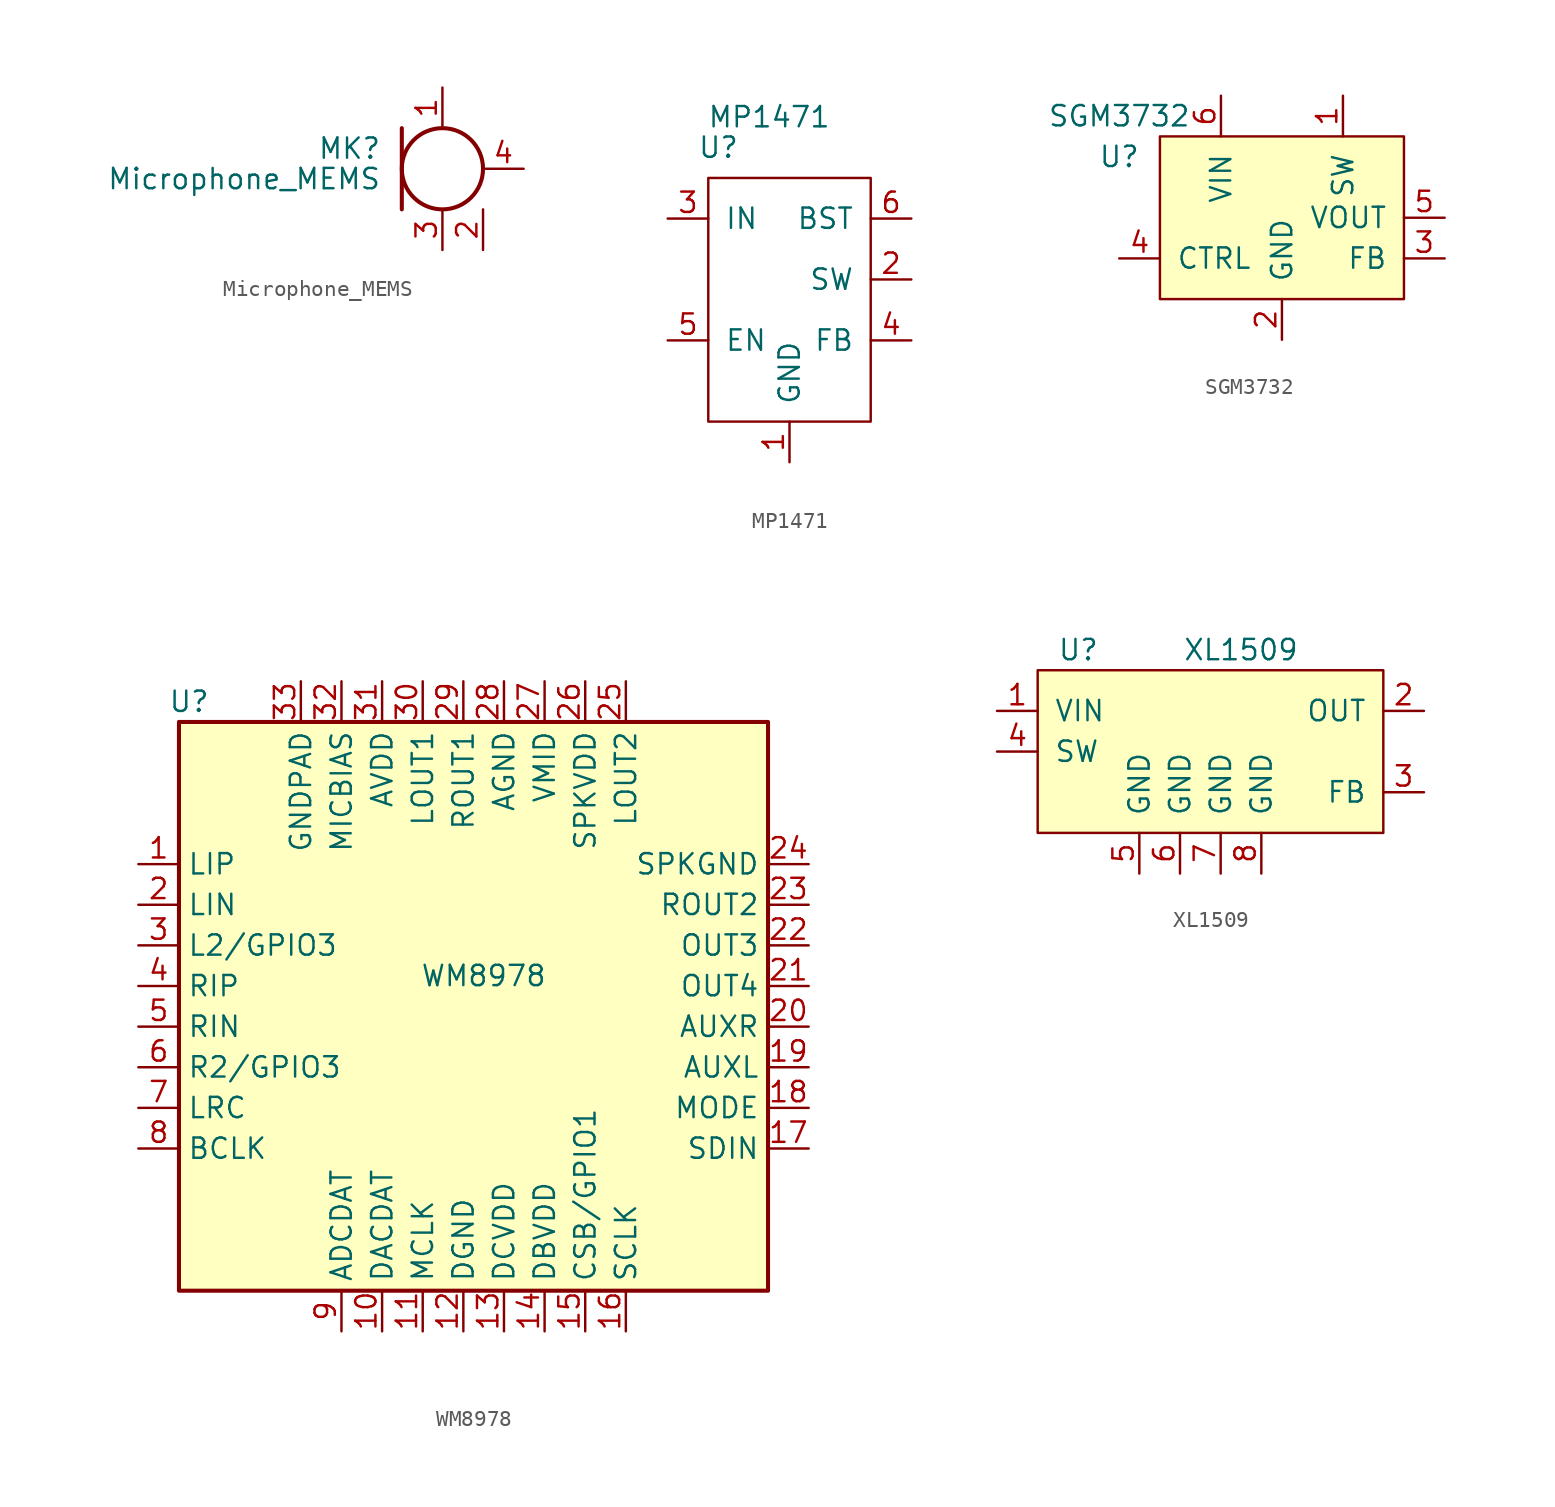
<source format=kicad_sym>
(kicad_symbol_lib
  (version 20211014)
  (generator kicad_symbol_editor)
  (symbol "Microphone_MEMS"
    (pin_names
      (offset 0.025) hide)
    (property "Reference" "MK"
      (at -3.81 1.27 0)
      (effects (font (size 1.27 1.27)) (justify right)))
    (property "Value" "Microphone_MEMS"
      (at -3.81 -0.635 0)
      (effects (font (size 1.27 1.27)) (justify right)))
    (symbol "Microphone_MEMS_0_1"
      (polyline (pts (xy -2.54 2.54) (xy -2.54 -2.54)) (stroke (width 0.254) (type default) (color 0 0 0 0)) (fill (type none)))
      (circle (center 0 0) (radius 2.54) (stroke (width 0.254) (type default) (color 0 0 0 0)) (fill (type none))))
    (symbol "Microphone_MEMS_1_1"
      (pin power_in line (at 0 5.08 270) (length 2.54) (name "VDD" (effects (font (size 1.27 1.27)))) (number "1" (effects (font (size 1.27 1.27)))))
      (pin power_in line (at 2.54 -5.08 90) (length 2.54) (name "GND" (effects (font (size 1.27 1.27)))) (number "2" (effects (font (size 1.27 1.27)))))
      (pin power_in line (at 0 -5.08 90) (length 2.54) (name "GND" (effects (font (size 1.27 1.27)))) (number "3" (effects (font (size 1.27 1.27)))))
      (pin output line (at 5.08 0 180) (length 2.54) (name "OUT" (effects (font (size 1.27 1.27)))) (number "4" (effects (font (size 1.27 1.27)))))))
  (symbol "MP1471"
    (pin_names
      (offset 1.016))
    (property "Reference" "U"
      (at -4.445 9.525 0)
      (effects (font (size 1.27 1.27))))
    (property "Value" "MP1471"
      (at -1.27 11.43 0)
      (effects (font (size 1.27 1.27))))
    (symbol "MP1471_0_1"
      (rectangle (start -5.08 7.62) (end 5.08 -7.62) (stroke (width 0) (type default) (color 0 0 0 0)) (fill (type none))))
    (symbol "MP1471_1_1"
      (pin power_in line (at 0 -10.16 90) (length 2.54) (name "GND" (effects (font (size 1.27 1.27)))) (number "1" (effects (font (size 1.27 1.27)))))
      (pin power_out line (at 7.62 1.27 180) (length 2.54) (name "SW" (effects (font (size 1.27 1.27)))) (number "2" (effects (font (size 1.27 1.27)))))
      (pin power_in line (at -7.62 5.08 0) (length 2.54) (name "IN" (effects (font (size 1.27 1.27)))) (number "3" (effects (font (size 1.27 1.27)))))
      (pin input line (at 7.62 -2.54 180) (length 2.54) (name "FB" (effects (font (size 1.27 1.27)))) (number "4" (effects (font (size 1.27 1.27)))))
      (pin input line (at -7.62 -2.54 0) (length 2.54) (name "EN" (effects (font (size 1.27 1.27)))) (number "5" (effects (font (size 1.27 1.27)))))
      (pin passive line (at 7.62 5.08 180) (length 2.54) (name "BST" (effects (font (size 1.27 1.27)))) (number "6" (effects (font (size 1.27 1.27)))))))
  (symbol "SGM3732"
    (pin_names
      (offset 1.016))
    (property "Reference" "U"
      (at -10.16 3.81 0)
      (effects (font (size 1.27 1.27))))
    (property "Value" "SGM3732"
      (at -10.16 6.35 0)
      (effects (font (size 1.27 1.27))))
    (symbol "SGM3732_0_1"
      (rectangle (start -7.62 -5.08) (end 7.62 5.08) (stroke (width 0) (type default) (color 0 0 0 0)) (fill (type background))))
    (symbol "SGM3732_1_1"
      (pin bidirectional line (at 3.81 7.62 270) (length 2.54) (name "SW" (effects (font (size 1.27 1.27)))) (number "1" (effects (font (size 1.27 1.27)))))
      (pin power_in line (at 0 -7.62 90) (length 2.54) (name "GND" (effects (font (size 1.27 1.27)))) (number "2" (effects (font (size 1.27 1.27)))))
      (pin input line (at 10.16 -2.54 180) (length 2.54) (name "FB" (effects (font (size 1.27 1.27)))) (number "3" (effects (font (size 1.27 1.27)))))
      (pin input line (at -10.16 -2.54 0) (length 2.54) (name "CTRL" (effects (font (size 1.27 1.27)))) (number "4" (effects (font (size 1.27 1.27)))))
      (pin output line (at 10.16 0 180) (length 2.54) (name "VOUT" (effects (font (size 1.27 1.27)))) (number "5" (effects (font (size 1.27 1.27)))))
      (pin power_in line (at -3.81 7.62 270) (length 2.54) (name "VIN" (effects (font (size 1.27 1.27)))) (number "6" (effects (font (size 1.27 1.27)))))))
  (symbol "WM8978"
    (property "Reference" "U"
      (at -5.715 7.62 0)
      (effects (font (size 1.27 1.27))))
    (property "Value" "WM8978"
      (at 12.7 -9.525 0)
      (effects (font (size 1.27 1.27))))
    (symbol "WM8978_0_1"
      (rectangle (start -6.35 6.35) (end 30.48 -29.21) (stroke (width 0.254) (type default) (color 0 0 0 0)) (fill (type background))))
    (symbol "WM8978_1_1"
      (pin input line (at -8.89 -2.54 0) (length 2.54) (name "LIP" (effects (font (size 1.27 1.27)))) (number "1" (effects (font (size 1.27 1.27)))))
      (pin output line (at 6.35 -31.75 90) (length 2.54) (name "DACDAT" (effects (font (size 1.27 1.27)))) (number "10" (effects (font (size 1.27 1.27)))))
      (pin input line (at 8.89 -31.75 90) (length 2.54) (name "MCLK" (effects (font (size 1.27 1.27)))) (number "11" (effects (font (size 1.27 1.27)))))
      (pin power_in line (at 11.43 -31.75 90) (length 2.54) (name "DGND" (effects (font (size 1.27 1.27)))) (number "12" (effects (font (size 1.27 1.27)))))
      (pin power_in line (at 13.97 -31.75 90) (length 2.54) (name "DCVDD" (effects (font (size 1.27 1.27)))) (number "13" (effects (font (size 1.27 1.27)))))
      (pin power_in line (at 16.51 -31.75 90) (length 2.54) (name "DBVDD" (effects (font (size 1.27 1.27)))) (number "14" (effects (font (size 1.27 1.27)))))
      (pin bidirectional line (at 19.05 -31.75 90) (length 2.54) (name "CSB/GPIO1" (effects (font (size 1.27 1.27)))) (number "15" (effects (font (size 1.27 1.27)))))
      (pin input line (at 21.59 -31.75 90) (length 2.54) (name "SCLK" (effects (font (size 1.27 1.27)))) (number "16" (effects (font (size 1.27 1.27)))))
      (pin input line (at 33.02 -20.32 180) (length 2.54) (name "SDIN" (effects (font (size 1.27 1.27)))) (number "17" (effects (font (size 1.27 1.27)))))
      (pin input line (at 33.02 -17.78 180) (length 2.54) (name "MODE" (effects (font (size 1.27 1.27)))) (number "18" (effects (font (size 1.27 1.27)))))
      (pin input line (at 33.02 -15.24 180) (length 2.54) (name "AUXL" (effects (font (size 1.27 1.27)))) (number "19" (effects (font (size 1.27 1.27)))))
      (pin input line (at -8.89 -5.08 0) (length 2.54) (name "LIN" (effects (font (size 1.27 1.27)))) (number "2" (effects (font (size 1.27 1.27)))))
      (pin input line (at 33.02 -12.7 180) (length 2.54) (name "AUXR" (effects (font (size 1.27 1.27)))) (number "20" (effects (font (size 1.27 1.27)))))
      (pin output line (at 33.02 -10.16 180) (length 2.54) (name "OUT4" (effects (font (size 1.27 1.27)))) (number "21" (effects (font (size 1.27 1.27)))))
      (pin output line (at 33.02 -7.62 180) (length 2.54) (name "OUT3" (effects (font (size 1.27 1.27)))) (number "22" (effects (font (size 1.27 1.27)))))
      (pin output line (at 33.02 -5.08 180) (length 2.54) (name "ROUT2" (effects (font (size 1.27 1.27)))) (number "23" (effects (font (size 1.27 1.27)))))
      (pin power_in line (at 33.02 -2.54 180) (length 2.54) (name "SPKGND" (effects (font (size 1.27 1.27)))) (number "24" (effects (font (size 1.27 1.27)))))
      (pin output line (at 21.59 8.89 270) (length 2.54) (name "LOUT2" (effects (font (size 1.27 1.27)))) (number "25" (effects (font (size 1.27 1.27)))))
      (pin power_in line (at 19.05 8.89 270) (length 2.54) (name "SPKVDD" (effects (font (size 1.27 1.27)))) (number "26" (effects (font (size 1.27 1.27)))))
      (pin power_out line (at 16.51 8.89 270) (length 2.54) (name "VMID" (effects (font (size 1.27 1.27)))) (number "27" (effects (font (size 1.27 1.27)))))
      (pin power_in line (at 13.97 8.89 270) (length 2.54) (name "AGND" (effects (font (size 1.27 1.27)))) (number "28" (effects (font (size 1.27 1.27)))))
      (pin output line (at 11.43 8.89 270) (length 2.54) (name "ROUT1" (effects (font (size 1.27 1.27)))) (number "29" (effects (font (size 1.27 1.27)))))
      (pin bidirectional line (at -8.89 -7.62 0) (length 2.54) (name "L2/GPIO3" (effects (font (size 1.27 1.27)))) (number "3" (effects (font (size 1.27 1.27)))))
      (pin output line (at 8.89 8.89 270) (length 2.54) (name "LOUT1" (effects (font (size 1.27 1.27)))) (number "30" (effects (font (size 1.27 1.27)))))
      (pin power_in line (at 6.35 8.89 270) (length 2.54) (name "AVDD" (effects (font (size 1.27 1.27)))) (number "31" (effects (font (size 1.27 1.27)))))
      (pin power_out line (at 3.81 8.89 270) (length 2.54) (name "MICBIAS" (effects (font (size 1.27 1.27)))) (number "32" (effects (font (size 1.27 1.27)))))
      (pin power_in line (at 1.27 8.89 270) (length 2.54) (name "GNDPAD" (effects (font (size 1.27 1.27)))) (number "33" (effects (font (size 1.27 1.27)))))
      (pin input line (at -8.89 -10.16 0) (length 2.54) (name "RIP" (effects (font (size 1.27 1.27)))) (number "4" (effects (font (size 1.27 1.27)))))
      (pin input line (at -8.89 -12.7 0) (length 2.54) (name "RIN" (effects (font (size 1.27 1.27)))) (number "5" (effects (font (size 1.27 1.27)))))
      (pin bidirectional line (at -8.89 -15.24 0) (length 2.54) (name "R2/GPIO3" (effects (font (size 1.27 1.27)))) (number "6" (effects (font (size 1.27 1.27)))))
      (pin input line (at -8.89 -17.78 0) (length 2.54) (name "LRC" (effects (font (size 1.27 1.27)))) (number "7" (effects (font (size 1.27 1.27)))))
      (pin input line (at -8.89 -20.32 0) (length 2.54) (name "BCLK" (effects (font (size 1.27 1.27)))) (number "8" (effects (font (size 1.27 1.27)))))
      (pin input line (at 3.81 -31.75 90) (length 2.54) (name "ADCDAT" (effects (font (size 1.27 1.27)))) (number "9" (effects (font (size 1.27 1.27)))))))
  (symbol "XL1509"
    (pin_names
      (offset 1.016))
    (property "Reference" "U"
      (at -7.62 6.35 0)
      (effects (font (size 1.27 1.27))))
    (property "Value" "XL1509"
      (at 2.54 6.35 0)
      (effects (font (size 1.27 1.27))))
    (symbol "XL1509_0_1"
      (rectangle (start -10.16 5.08) (end 11.43 -5.08) (stroke (width 0) (type default) (color 0 0 0 0)) (fill (type background))))
    (symbol "XL1509_1_1"
      (pin power_in line (at -12.7 2.54 0) (length 2.54) (name "VIN" (effects (font (size 1.27 1.27)))) (number "1" (effects (font (size 1.27 1.27)))))
      (pin power_out line (at 13.97 2.54 180) (length 2.54) (name "OUT" (effects (font (size 1.27 1.27)))) (number "2" (effects (font (size 1.27 1.27)))))
      (pin input line (at 13.97 -2.54 180) (length 2.54) (name "FB" (effects (font (size 1.27 1.27)))) (number "3" (effects (font (size 1.27 1.27)))))
      (pin input line (at -12.7 0 0) (length 2.54) (name "SW" (effects (font (size 1.27 1.27)))) (number "4" (effects (font (size 1.27 1.27)))))
      (pin power_in line (at -3.81 -7.62 90) (length 2.54) (name "GND" (effects (font (size 1.27 1.27)))) (number "5" (effects (font (size 1.27 1.27)))))
      (pin power_in line (at -1.27 -7.62 90) (length 2.54) (name "GND" (effects (font (size 1.27 1.27)))) (number "6" (effects (font (size 1.27 1.27)))))
      (pin power_in line (at 1.27 -7.62 90) (length 2.54) (name "GND" (effects (font (size 1.27 1.27)))) (number "7" (effects (font (size 1.27 1.27)))))
      (pin power_in line (at 3.81 -7.62 90) (length 2.54) (name "GND" (effects (font (size 1.27 1.27)))) (number "8" (effects (font (size 1.27 1.27))))))))
</source>
